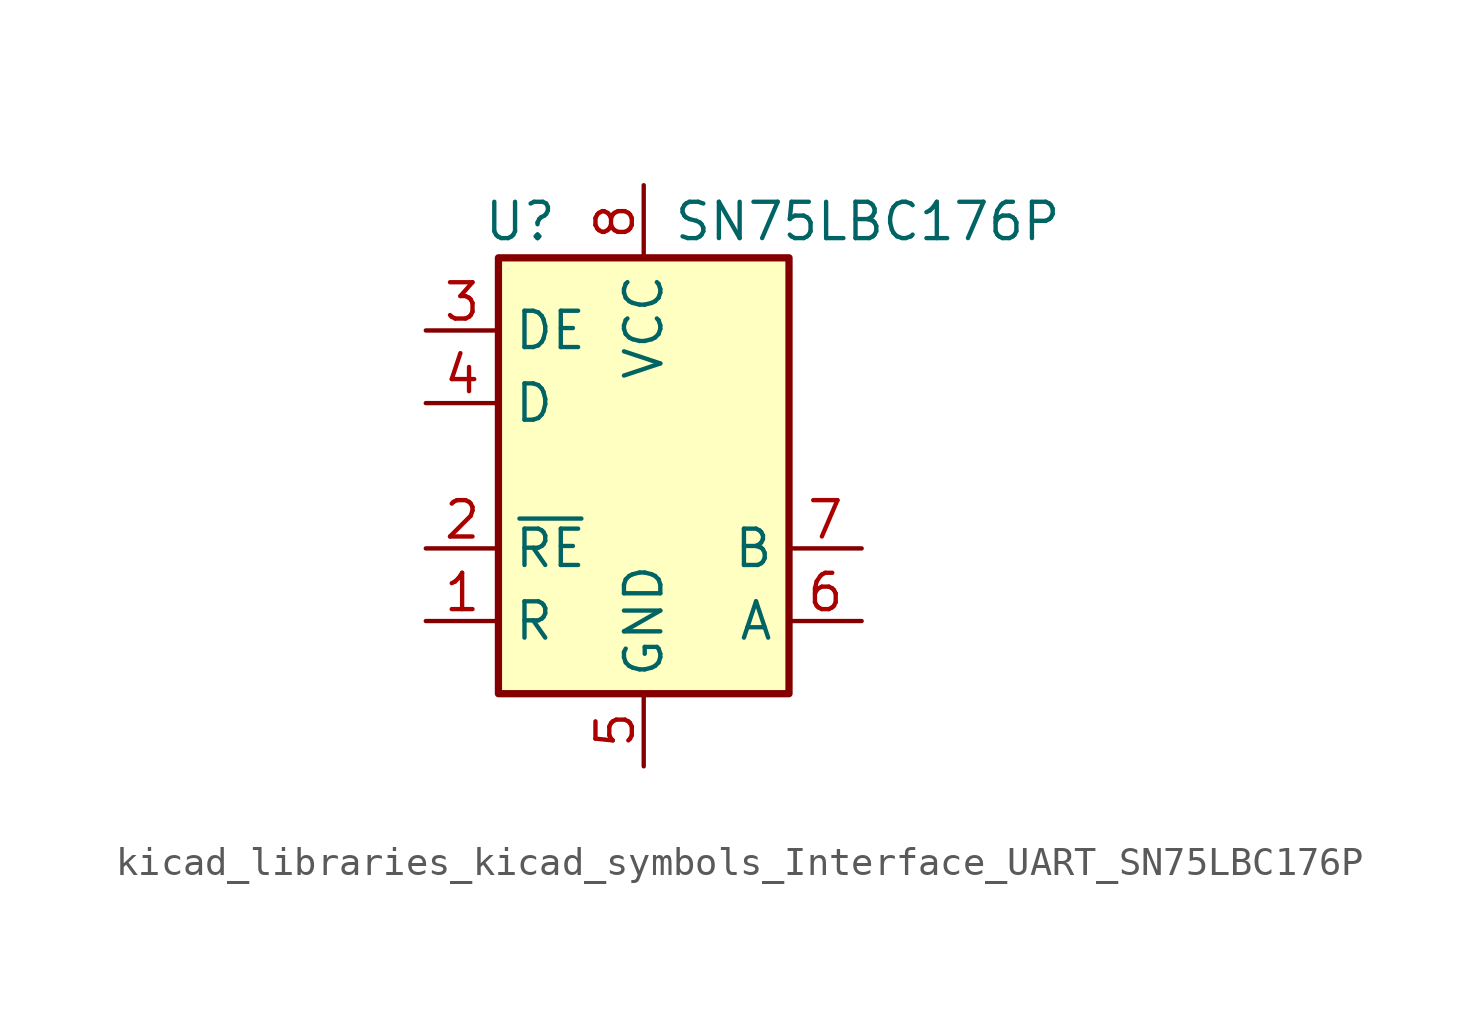
<source format=kicad_sym>
(kicad_symbol_lib
  (version 20220914)
  (generator kicad_symbol_editor)
  (symbol "kicad_libraries_kicad_symbols_Interface_UART_SN75LBC176P"
    (property "Reference" "U"
      (at -4.318 8.89 0)
      (effects (font (size 1.27 1.27))))
    (property "Value" "SN75LBC176P"
      (at 1.016 8.89 0)
      (effects (font (size 1.27 1.27)) (justify left)))
    (symbol "kicad_libraries_kicad_symbols_Interface_UART_SN75LBC176P_0_1"
      (rectangle (start -5.08 7.62) (end 5.08 -7.62) (stroke (width 0.254) (type default)) (fill (type background))))
    (symbol "kicad_libraries_kicad_symbols_Interface_UART_SN75LBC176P_1_1"
      (pin output line (at -7.62 -5.08 0) (length 2.54) (name "R" (effects (font (size 1.27 1.27)))) (number "1" (effects (font (size 1.27 1.27)))))
      (pin input line (at -7.62 -2.54 0) (length 2.54) (name "~{RE}" (effects (font (size 1.27 1.27)))) (number "2" (effects (font (size 1.27 1.27)))))
      (pin input line (at -7.62 5.08 0) (length 2.54) (name "DE" (effects (font (size 1.27 1.27)))) (number "3" (effects (font (size 1.27 1.27)))))
      (pin input line (at -7.62 2.54 0) (length 2.54) (name "D" (effects (font (size 1.27 1.27)))) (number "4" (effects (font (size 1.27 1.27)))))
      (pin power_in line (at 0 -10.16 90) (length 2.54) (name "GND" (effects (font (size 1.27 1.27)))) (number "5" (effects (font (size 1.27 1.27)))))
      (pin bidirectional line (at 7.62 -5.08 180) (length 2.54) (name "A" (effects (font (size 1.27 1.27)))) (number "6" (effects (font (size 1.27 1.27)))))
      (pin bidirectional line (at 7.62 -2.54 180) (length 2.54) (name "B" (effects (font (size 1.27 1.27)))) (number "7" (effects (font (size 1.27 1.27)))))
      (pin power_in line (at 0 10.16 270) (length 2.54) (name "VCC" (effects (font (size 1.27 1.27)))) (number "8" (effects (font (size 1.27 1.27))))))))
</source>
